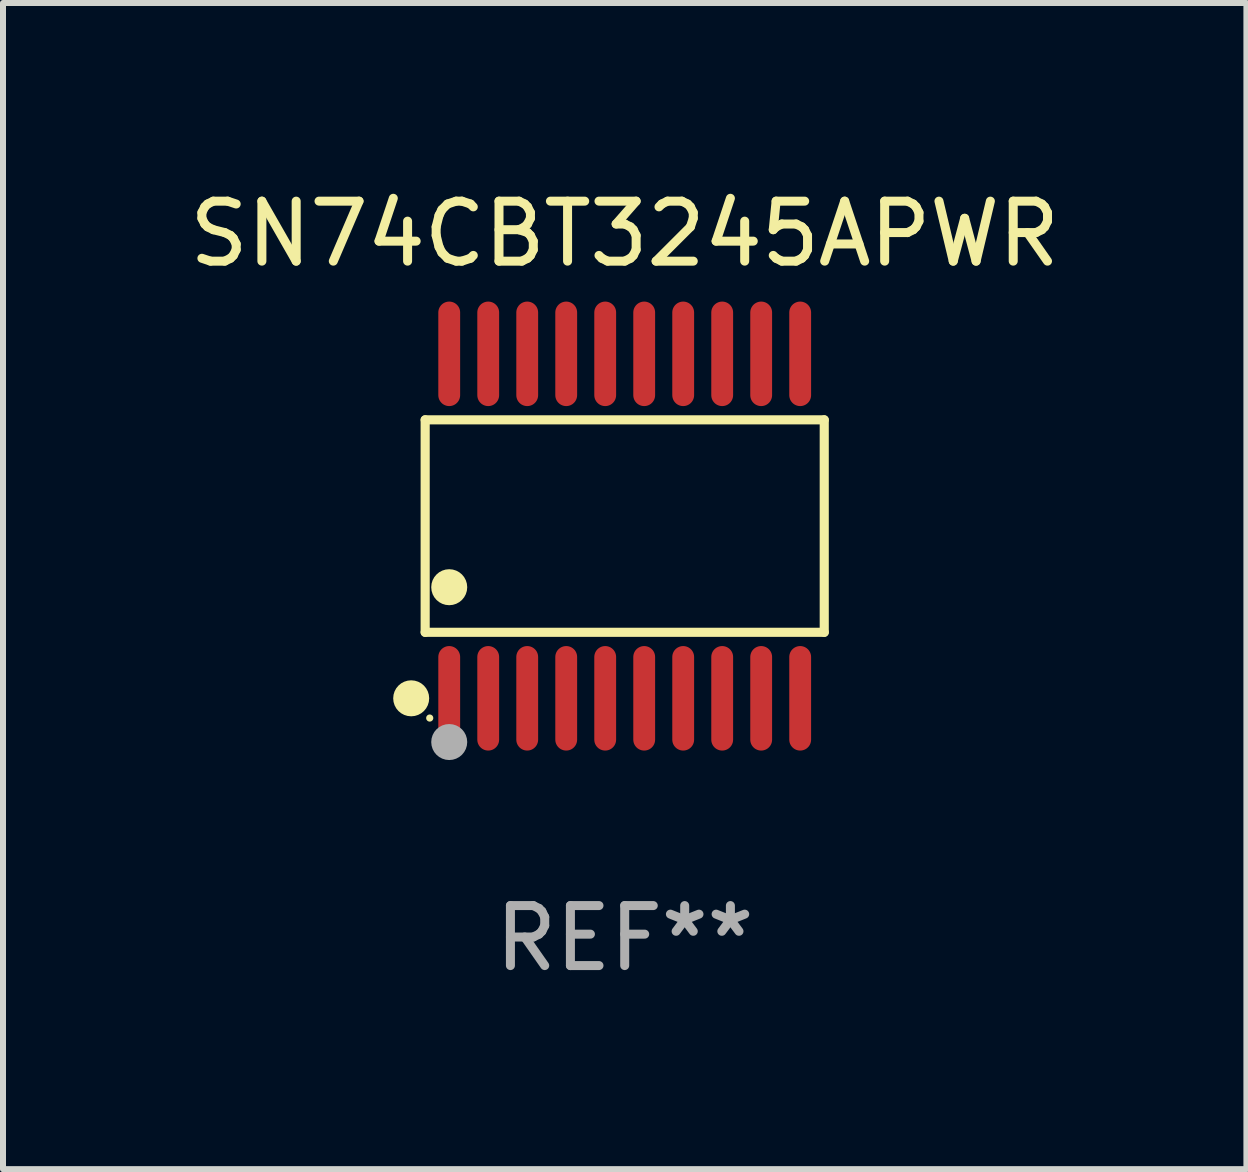
<source format=kicad_pcb>
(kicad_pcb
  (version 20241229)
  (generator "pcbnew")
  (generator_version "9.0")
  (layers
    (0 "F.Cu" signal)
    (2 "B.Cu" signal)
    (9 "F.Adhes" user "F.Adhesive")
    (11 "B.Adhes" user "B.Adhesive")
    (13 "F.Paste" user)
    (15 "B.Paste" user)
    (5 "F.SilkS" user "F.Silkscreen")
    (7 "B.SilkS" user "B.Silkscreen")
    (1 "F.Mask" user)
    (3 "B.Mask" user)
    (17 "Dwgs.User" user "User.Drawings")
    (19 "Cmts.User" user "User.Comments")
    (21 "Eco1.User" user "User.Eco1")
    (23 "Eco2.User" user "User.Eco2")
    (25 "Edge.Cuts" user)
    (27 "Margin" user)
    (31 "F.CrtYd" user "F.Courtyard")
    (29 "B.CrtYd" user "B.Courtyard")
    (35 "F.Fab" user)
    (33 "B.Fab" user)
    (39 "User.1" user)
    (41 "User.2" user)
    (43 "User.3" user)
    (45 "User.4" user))
  (footprint "SN74CBT3245APWR"
    (layer "F.Cu")
    (at 7.363 5.719)
    (property "Reference" "SN74CBT3245APWR" (at 0 -4.871 0) (layer "F.SilkS") (effects (font (size 1 1) (thickness 0.15))))
    (attr through_hole)
    (fp_line (start -3.326 -1.771) (end 3.326 -1.771) (stroke (width 0.152) (type solid)) (layer "F.SilkS"))
    (fp_line (start -3.326 1.771) (end -3.326 -1.771) (stroke (width 0.152) (type solid)) (layer "F.SilkS"))
    (fp_line (start 3.326 -1.771) (end 3.326 1.771) (stroke (width 0.152) (type solid)) (layer "F.SilkS"))
    (fp_line (start 3.326 1.771) (end -3.326 1.771) (stroke (width 0.152) (type solid)) (layer "F.SilkS"))
    (fp_circle (center -3.559 2.871) (end -3.409 2.871) (stroke (width 0.3) (type solid)) (fill no) (layer "F.SilkS"))
    (fp_circle (center -3.25 3.2) (end -3.22 3.2) (stroke (width 0.06) (type solid)) (fill no) (layer "F.SilkS"))
    (fp_circle (center -2.925 1.019) (end -2.775 1.019) (stroke (width 0.3) (type solid)) (fill no) (layer "F.SilkS"))
    (fp_circle (center -2.925 3.6) (end -2.775 3.6) (stroke (width 0.3) (type solid)) (fill no) (layer "F.Fab"))
    (fp_text user "REF**" (at 0 6.871 0) (layer "F.Fab") (effects (font (size 1 1) (thickness 0.15))))
    (pad "1" smd oval (at -2.925 2.871) (size 0.364 1.742) (layers "F.Cu" "F.Mask" "F.Paste"))
    (pad "2" smd oval (at -2.275 2.871) (size 0.364 1.742) (layers "F.Cu" "F.Mask" "F.Paste"))
    (pad "3" smd oval (at -1.625 2.871) (size 0.364 1.742) (layers "F.Cu" "F.Mask" "F.Paste"))
    (pad "4" smd oval (at -0.975 2.871) (size 0.364 1.742) (layers "F.Cu" "F.Mask" "F.Paste"))
    (pad "5" smd oval (at -0.325 2.871) (size 0.364 1.742) (layers "F.Cu" "F.Mask" "F.Paste"))
    (pad "6" smd oval (at 0.325 2.871) (size 0.364 1.742) (layers "F.Cu" "F.Mask" "F.Paste"))
    (pad "7" smd oval (at 0.975 2.871) (size 0.364 1.742) (layers "F.Cu" "F.Mask" "F.Paste"))
    (pad "8" smd oval (at 1.625 2.871) (size 0.364 1.742) (layers "F.Cu" "F.Mask" "F.Paste"))
    (pad "9" smd oval (at 2.275 2.871) (size 0.364 1.742) (layers "F.Cu" "F.Mask" "F.Paste"))
    (pad "10" smd oval (at 2.925 2.871) (size 0.364 1.742) (layers "F.Cu" "F.Mask" "F.Paste"))
    (pad "11" smd oval (at 2.925 -2.871) (size 0.364 1.742) (layers "F.Cu" "F.Mask" "F.Paste"))
    (pad "12" smd oval (at 2.275 -2.871) (size 0.364 1.742) (layers "F.Cu" "F.Mask" "F.Paste"))
    (pad "13" smd oval (at 1.625 -2.871) (size 0.364 1.742) (layers "F.Cu" "F.Mask" "F.Paste"))
    (pad "14" smd oval (at 0.975 -2.871) (size 0.364 1.742) (layers "F.Cu" "F.Mask" "F.Paste"))
    (pad "15" smd oval (at 0.325 -2.871) (size 0.364 1.742) (layers "F.Cu" "F.Mask" "F.Paste"))
    (pad "16" smd oval (at -0.325 -2.871) (size 0.364 1.742) (layers "F.Cu" "F.Mask" "F.Paste"))
    (pad "17" smd oval (at -0.975 -2.871) (size 0.364 1.742) (layers "F.Cu" "F.Mask" "F.Paste"))
    (pad "18" smd oval (at -1.625 -2.871) (size 0.364 1.742) (layers "F.Cu" "F.Mask" "F.Paste"))
    (pad "19" smd oval (at -2.275 -2.871) (size 0.364 1.742) (layers "F.Cu" "F.Mask" "F.Paste"))
    (pad "20" smd oval (at -2.925 -2.871) (size 0.364 1.742) (layers "F.Cu" "F.Mask" "F.Paste")))
  (gr_rect
    (start -3 -3)
    (end 17.726 16.438)
    (stroke (width 0.1) (type default))
    (fill no)
    (layer "Edge.Cuts")))
</source>
